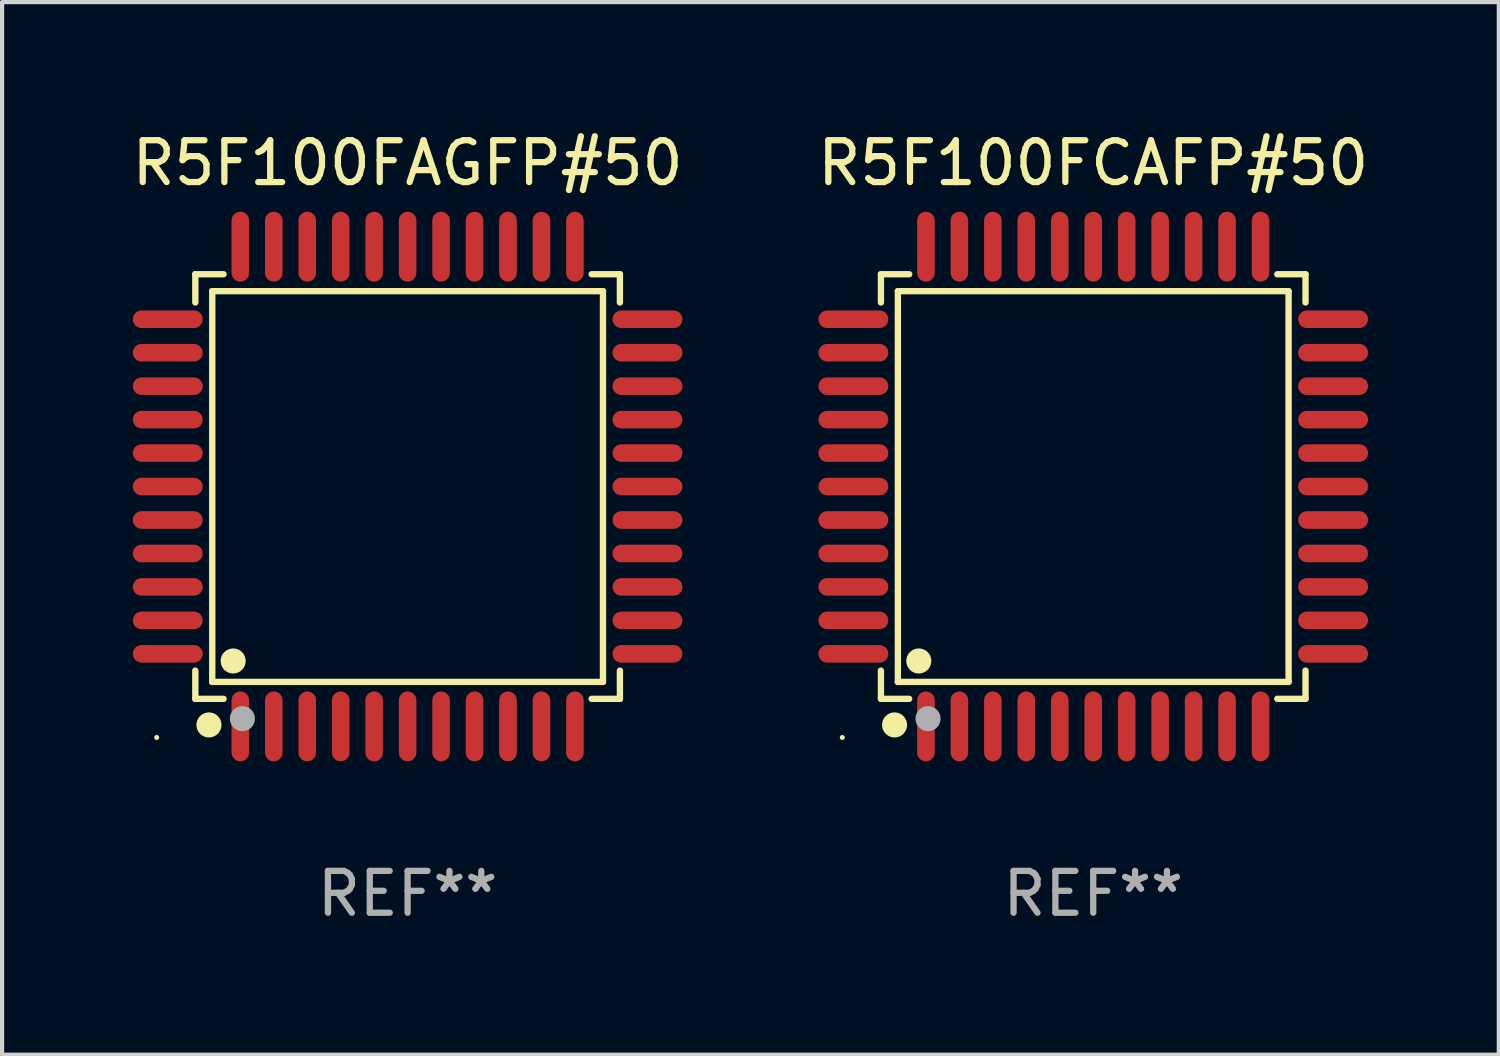
<source format=kicad_pcb>
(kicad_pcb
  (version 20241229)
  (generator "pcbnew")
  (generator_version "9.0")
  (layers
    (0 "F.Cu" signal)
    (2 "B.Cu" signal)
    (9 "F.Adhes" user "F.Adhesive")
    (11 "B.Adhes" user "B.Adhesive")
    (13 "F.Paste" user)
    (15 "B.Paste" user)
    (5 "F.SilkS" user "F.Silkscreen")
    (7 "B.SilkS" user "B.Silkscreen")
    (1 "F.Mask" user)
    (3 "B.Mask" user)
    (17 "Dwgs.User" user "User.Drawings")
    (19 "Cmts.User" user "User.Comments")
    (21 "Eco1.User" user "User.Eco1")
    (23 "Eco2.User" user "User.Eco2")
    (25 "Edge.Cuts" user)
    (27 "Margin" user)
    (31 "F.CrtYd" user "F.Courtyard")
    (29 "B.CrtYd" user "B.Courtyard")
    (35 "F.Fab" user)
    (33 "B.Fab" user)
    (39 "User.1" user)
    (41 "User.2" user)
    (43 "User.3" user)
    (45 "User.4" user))
  (footprint "R5F100FCAFP#50"
    (layer "F.Cu")
    (at 23.089 8.583)
    (property "Reference" "R5F100FCAFP#50" (at 0 -7.735 0) (layer "F.SilkS") (effects (font (size 1 1) (thickness 0.15))))
    (attr through_hole)
    (fp_line (start -5.076 -5.076) (end -4.401 -5.076) (stroke (width 0.152) (type solid)) (layer "F.SilkS"))
    (fp_line (start -5.076 -4.401) (end -5.076 -5.076) (stroke (width 0.152) (type solid)) (layer "F.SilkS"))
    (fp_line (start -5.076 4.401) (end -5.076 5.076) (stroke (width 0.152) (type solid)) (layer "F.SilkS"))
    (fp_line (start -5.076 5.076) (end -4.401 5.076) (stroke (width 0.152) (type solid)) (layer "F.SilkS"))
    (fp_line (start -4.671 -4.671) (end 4.671 -4.671) (stroke (width 0.152) (type solid)) (layer "F.SilkS"))
    (fp_line (start -4.671 4.671) (end -4.671 -4.671) (stroke (width 0.152) (type solid)) (layer "F.SilkS"))
    (fp_line (start 4.671 -4.671) (end 4.671 4.671) (stroke (width 0.152) (type solid)) (layer "F.SilkS"))
    (fp_line (start 4.671 4.671) (end -4.671 4.671) (stroke (width 0.152) (type solid)) (layer "F.SilkS"))
    (fp_line (start 5.076 -5.076) (end 4.401 -5.076) (stroke (width 0.152) (type solid)) (layer "F.SilkS"))
    (fp_line (start 5.076 -4.401) (end 5.076 -5.076) (stroke (width 0.152) (type solid)) (layer "F.SilkS"))
    (fp_line (start 5.076 4.401) (end 5.076 5.076) (stroke (width 0.152) (type solid)) (layer "F.SilkS"))
    (fp_line (start 5.076 5.076) (end 4.401 5.076) (stroke (width 0.152) (type solid)) (layer "F.SilkS"))
    (fp_circle (center -6 6) (end -5.97 6) (stroke (width 0.06) (type solid)) (fill no) (layer "F.SilkS"))
    (fp_circle (center -4.75 5.7) (end -4.6 5.7) (stroke (width 0.3) (type solid)) (fill no) (layer "F.SilkS"))
    (fp_circle (center -4.171 4.171) (end -4.021 4.171) (stroke (width 0.3) (type solid)) (fill no) (layer "F.SilkS"))
    (fp_circle (center -3.95 5.55) (end -3.8 5.55) (stroke (width 0.3) (type solid)) (fill no) (layer "F.Fab"))
    (fp_text user "REF**" (at 0 9.735 0) (layer "F.Fab") (effects (font (size 1 1) (thickness 0.15))))
    (pad "1" smd oval (at -4 5.735) (size 0.42 1.67) (layers "F.Cu" "F.Mask" "F.Paste"))
    (pad "2" smd oval (at -3.2 5.735) (size 0.42 1.67) (layers "F.Cu" "F.Mask" "F.Paste"))
    (pad "3" smd oval (at -2.4 5.735) (size 0.42 1.67) (layers "F.Cu" "F.Mask" "F.Paste"))
    (pad "4" smd oval (at -1.6 5.735) (size 0.42 1.67) (layers "F.Cu" "F.Mask" "F.Paste"))
    (pad "5" smd oval (at -0.8 5.735) (size 0.42 1.67) (layers "F.Cu" "F.Mask" "F.Paste"))
    (pad "6" smd oval (at 0 5.735) (size 0.42 1.67) (layers "F.Cu" "F.Mask" "F.Paste"))
    (pad "7" smd oval (at 0.8 5.735) (size 0.42 1.67) (layers "F.Cu" "F.Mask" "F.Paste"))
    (pad "8" smd oval (at 1.6 5.735) (size 0.42 1.67) (layers "F.Cu" "F.Mask" "F.Paste"))
    (pad "9" smd oval (at 2.4 5.735) (size 0.42 1.67) (layers "F.Cu" "F.Mask" "F.Paste"))
    (pad "10" smd oval (at 3.2 5.735) (size 0.42 1.67) (layers "F.Cu" "F.Mask" "F.Paste"))
    (pad "11" smd oval (at 4 5.735) (size 0.42 1.67) (layers "F.Cu" "F.Mask" "F.Paste"))
    (pad "12" smd oval (at 5.735 4) (size 1.67 0.42) (layers "F.Cu" "F.Mask" "F.Paste"))
    (pad "13" smd oval (at 5.735 3.2) (size 1.67 0.42) (layers "F.Cu" "F.Mask" "F.Paste"))
    (pad "14" smd oval (at 5.735 2.4) (size 1.67 0.42) (layers "F.Cu" "F.Mask" "F.Paste"))
    (pad "15" smd oval (at 5.735 1.6) (size 1.67 0.42) (layers "F.Cu" "F.Mask" "F.Paste"))
    (pad "16" smd oval (at 5.735 0.8) (size 1.67 0.42) (layers "F.Cu" "F.Mask" "F.Paste"))
    (pad "17" smd oval (at 5.735 0) (size 1.67 0.42) (layers "F.Cu" "F.Mask" "F.Paste"))
    (pad "18" smd oval (at 5.735 -0.8) (size 1.67 0.42) (layers "F.Cu" "F.Mask" "F.Paste"))
    (pad "19" smd oval (at 5.735 -1.6) (size 1.67 0.42) (layers "F.Cu" "F.Mask" "F.Paste"))
    (pad "20" smd oval (at 5.735 -2.4) (size 1.67 0.42) (layers "F.Cu" "F.Mask" "F.Paste"))
    (pad "21" smd oval (at 5.735 -3.2) (size 1.67 0.42) (layers "F.Cu" "F.Mask" "F.Paste"))
    (pad "22" smd oval (at 5.735 -4) (size 1.67 0.42) (layers "F.Cu" "F.Mask" "F.Paste"))
    (pad "23" smd oval (at 4 -5.735) (size 0.42 1.67) (layers "F.Cu" "F.Mask" "F.Paste"))
    (pad "24" smd oval (at 3.2 -5.735) (size 0.42 1.67) (layers "F.Cu" "F.Mask" "F.Paste"))
    (pad "25" smd oval (at 2.4 -5.735) (size 0.42 1.67) (layers "F.Cu" "F.Mask" "F.Paste"))
    (pad "26" smd oval (at 1.6 -5.735) (size 0.42 1.67) (layers "F.Cu" "F.Mask" "F.Paste"))
    (pad "27" smd oval (at 0.8 -5.735) (size 0.42 1.67) (layers "F.Cu" "F.Mask" "F.Paste"))
    (pad "28" smd oval (at 0 -5.735) (size 0.42 1.67) (layers "F.Cu" "F.Mask" "F.Paste"))
    (pad "29" smd oval (at -0.8 -5.735) (size 0.42 1.67) (layers "F.Cu" "F.Mask" "F.Paste"))
    (pad "30" smd oval (at -1.6 -5.735) (size 0.42 1.67) (layers "F.Cu" "F.Mask" "F.Paste"))
    (pad "31" smd oval (at -2.4 -5.735) (size 0.42 1.67) (layers "F.Cu" "F.Mask" "F.Paste"))
    (pad "32" smd oval (at -3.2 -5.735) (size 0.42 1.67) (layers "F.Cu" "F.Mask" "F.Paste"))
    (pad "33" smd oval (at -4 -5.735) (size 0.42 1.67) (layers "F.Cu" "F.Mask" "F.Paste"))
    (pad "34" smd oval (at -5.735 -4) (size 1.67 0.42) (layers "F.Cu" "F.Mask" "F.Paste"))
    (pad "35" smd oval (at -5.735 -3.2) (size 1.67 0.42) (layers "F.Cu" "F.Mask" "F.Paste"))
    (pad "36" smd oval (at -5.735 -2.4) (size 1.67 0.42) (layers "F.Cu" "F.Mask" "F.Paste"))
    (pad "37" smd oval (at -5.735 -1.6) (size 1.67 0.42) (layers "F.Cu" "F.Mask" "F.Paste"))
    (pad "38" smd oval (at -5.735 -0.8) (size 1.67 0.42) (layers "F.Cu" "F.Mask" "F.Paste"))
    (pad "39" smd oval (at -5.735 0) (size 1.67 0.42) (layers "F.Cu" "F.Mask" "F.Paste"))
    (pad "40" smd oval (at -5.735 0.8) (size 1.67 0.42) (layers "F.Cu" "F.Mask" "F.Paste"))
    (pad "41" smd oval (at -5.735 1.6) (size 1.67 0.42) (layers "F.Cu" "F.Mask" "F.Paste"))
    (pad "42" smd oval (at -5.735 2.4) (size 1.67 0.42) (layers "F.Cu" "F.Mask" "F.Paste"))
    (pad "43" smd oval (at -5.735 3.2) (size 1.67 0.42) (layers "F.Cu" "F.Mask" "F.Paste"))
    (pad "44" smd oval (at -5.735 4) (size 1.67 0.42) (layers "F.Cu" "F.Mask" "F.Paste")))
  (footprint "R5F100FAGFP#50"
    (layer "F.Cu")
    (at 6.696 8.583)
    (property "Reference" "R5F100FAGFP#50" (at 0 -7.735 0) (layer "F.SilkS") (effects (font (size 1 1) (thickness 0.15))))
    (attr through_hole)
    (fp_line (start -5.076 -5.076) (end -4.401 -5.076) (stroke (width 0.152) (type solid)) (layer "F.SilkS"))
    (fp_line (start -5.076 -4.401) (end -5.076 -5.076) (stroke (width 0.152) (type solid)) (layer "F.SilkS"))
    (fp_line (start -5.076 4.401) (end -5.076 5.076) (stroke (width 0.152) (type solid)) (layer "F.SilkS"))
    (fp_line (start -5.076 5.076) (end -4.401 5.076) (stroke (width 0.152) (type solid)) (layer "F.SilkS"))
    (fp_line (start -4.671 -4.671) (end 4.671 -4.671) (stroke (width 0.152) (type solid)) (layer "F.SilkS"))
    (fp_line (start -4.671 4.671) (end -4.671 -4.671) (stroke (width 0.152) (type solid)) (layer "F.SilkS"))
    (fp_line (start 4.671 -4.671) (end 4.671 4.671) (stroke (width 0.152) (type solid)) (layer "F.SilkS"))
    (fp_line (start 4.671 4.671) (end -4.671 4.671) (stroke (width 0.152) (type solid)) (layer "F.SilkS"))
    (fp_line (start 5.076 -5.076) (end 4.401 -5.076) (stroke (width 0.152) (type solid)) (layer "F.SilkS"))
    (fp_line (start 5.076 -4.401) (end 5.076 -5.076) (stroke (width 0.152) (type solid)) (layer "F.SilkS"))
    (fp_line (start 5.076 4.401) (end 5.076 5.076) (stroke (width 0.152) (type solid)) (layer "F.SilkS"))
    (fp_line (start 5.076 5.076) (end 4.401 5.076) (stroke (width 0.152) (type solid)) (layer "F.SilkS"))
    (fp_circle (center -6 6) (end -5.97 6) (stroke (width 0.06) (type solid)) (fill no) (layer "F.SilkS"))
    (fp_circle (center -4.75 5.7) (end -4.6 5.7) (stroke (width 0.3) (type solid)) (fill no) (layer "F.SilkS"))
    (fp_circle (center -4.171 4.171) (end -4.021 4.171) (stroke (width 0.3) (type solid)) (fill no) (layer "F.SilkS"))
    (fp_circle (center -3.95 5.55) (end -3.8 5.55) (stroke (width 0.3) (type solid)) (fill no) (layer "F.Fab"))
    (fp_text user "REF**" (at 0 9.735 0) (layer "F.Fab") (effects (font (size 1 1) (thickness 0.15))))
    (pad "1" smd oval (at -4 5.735) (size 0.42 1.67) (layers "F.Cu" "F.Mask" "F.Paste"))
    (pad "2" smd oval (at -3.2 5.735) (size 0.42 1.67) (layers "F.Cu" "F.Mask" "F.Paste"))
    (pad "3" smd oval (at -2.4 5.735) (size 0.42 1.67) (layers "F.Cu" "F.Mask" "F.Paste"))
    (pad "4" smd oval (at -1.6 5.735) (size 0.42 1.67) (layers "F.Cu" "F.Mask" "F.Paste"))
    (pad "5" smd oval (at -0.8 5.735) (size 0.42 1.67) (layers "F.Cu" "F.Mask" "F.Paste"))
    (pad "6" smd oval (at 0 5.735) (size 0.42 1.67) (layers "F.Cu" "F.Mask" "F.Paste"))
    (pad "7" smd oval (at 0.8 5.735) (size 0.42 1.67) (layers "F.Cu" "F.Mask" "F.Paste"))
    (pad "8" smd oval (at 1.6 5.735) (size 0.42 1.67) (layers "F.Cu" "F.Mask" "F.Paste"))
    (pad "9" smd oval (at 2.4 5.735) (size 0.42 1.67) (layers "F.Cu" "F.Mask" "F.Paste"))
    (pad "10" smd oval (at 3.2 5.735) (size 0.42 1.67) (layers "F.Cu" "F.Mask" "F.Paste"))
    (pad "11" smd oval (at 4 5.735) (size 0.42 1.67) (layers "F.Cu" "F.Mask" "F.Paste"))
    (pad "12" smd oval (at 5.735 4) (size 1.67 0.42) (layers "F.Cu" "F.Mask" "F.Paste"))
    (pad "13" smd oval (at 5.735 3.2) (size 1.67 0.42) (layers "F.Cu" "F.Mask" "F.Paste"))
    (pad "14" smd oval (at 5.735 2.4) (size 1.67 0.42) (layers "F.Cu" "F.Mask" "F.Paste"))
    (pad "15" smd oval (at 5.735 1.6) (size 1.67 0.42) (layers "F.Cu" "F.Mask" "F.Paste"))
    (pad "16" smd oval (at 5.735 0.8) (size 1.67 0.42) (layers "F.Cu" "F.Mask" "F.Paste"))
    (pad "17" smd oval (at 5.735 0) (size 1.67 0.42) (layers "F.Cu" "F.Mask" "F.Paste"))
    (pad "18" smd oval (at 5.735 -0.8) (size 1.67 0.42) (layers "F.Cu" "F.Mask" "F.Paste"))
    (pad "19" smd oval (at 5.735 -1.6) (size 1.67 0.42) (layers "F.Cu" "F.Mask" "F.Paste"))
    (pad "20" smd oval (at 5.735 -2.4) (size 1.67 0.42) (layers "F.Cu" "F.Mask" "F.Paste"))
    (pad "21" smd oval (at 5.735 -3.2) (size 1.67 0.42) (layers "F.Cu" "F.Mask" "F.Paste"))
    (pad "22" smd oval (at 5.735 -4) (size 1.67 0.42) (layers "F.Cu" "F.Mask" "F.Paste"))
    (pad "23" smd oval (at 4 -5.735) (size 0.42 1.67) (layers "F.Cu" "F.Mask" "F.Paste"))
    (pad "24" smd oval (at 3.2 -5.735) (size 0.42 1.67) (layers "F.Cu" "F.Mask" "F.Paste"))
    (pad "25" smd oval (at 2.4 -5.735) (size 0.42 1.67) (layers "F.Cu" "F.Mask" "F.Paste"))
    (pad "26" smd oval (at 1.6 -5.735) (size 0.42 1.67) (layers "F.Cu" "F.Mask" "F.Paste"))
    (pad "27" smd oval (at 0.8 -5.735) (size 0.42 1.67) (layers "F.Cu" "F.Mask" "F.Paste"))
    (pad "28" smd oval (at 0 -5.735) (size 0.42 1.67) (layers "F.Cu" "F.Mask" "F.Paste"))
    (pad "29" smd oval (at -0.8 -5.735) (size 0.42 1.67) (layers "F.Cu" "F.Mask" "F.Paste"))
    (pad "30" smd oval (at -1.6 -5.735) (size 0.42 1.67) (layers "F.Cu" "F.Mask" "F.Paste"))
    (pad "31" smd oval (at -2.4 -5.735) (size 0.42 1.67) (layers "F.Cu" "F.Mask" "F.Paste"))
    (pad "32" smd oval (at -3.2 -5.735) (size 0.42 1.67) (layers "F.Cu" "F.Mask" "F.Paste"))
    (pad "33" smd oval (at -4 -5.735) (size 0.42 1.67) (layers "F.Cu" "F.Mask" "F.Paste"))
    (pad "34" smd oval (at -5.735 -4) (size 1.67 0.42) (layers "F.Cu" "F.Mask" "F.Paste"))
    (pad "35" smd oval (at -5.735 -3.2) (size 1.67 0.42) (layers "F.Cu" "F.Mask" "F.Paste"))
    (pad "36" smd oval (at -5.735 -2.4) (size 1.67 0.42) (layers "F.Cu" "F.Mask" "F.Paste"))
    (pad "37" smd oval (at -5.735 -1.6) (size 1.67 0.42) (layers "F.Cu" "F.Mask" "F.Paste"))
    (pad "38" smd oval (at -5.735 -0.8) (size 1.67 0.42) (layers "F.Cu" "F.Mask" "F.Paste"))
    (pad "39" smd oval (at -5.735 0) (size 1.67 0.42) (layers "F.Cu" "F.Mask" "F.Paste"))
    (pad "40" smd oval (at -5.735 0.8) (size 1.67 0.42) (layers "F.Cu" "F.Mask" "F.Paste"))
    (pad "41" smd oval (at -5.735 1.6) (size 1.67 0.42) (layers "F.Cu" "F.Mask" "F.Paste"))
    (pad "42" smd oval (at -5.735 2.4) (size 1.67 0.42) (layers "F.Cu" "F.Mask" "F.Paste"))
    (pad "43" smd oval (at -5.735 3.2) (size 1.67 0.42) (layers "F.Cu" "F.Mask" "F.Paste"))
    (pad "44" smd oval (at -5.735 4) (size 1.67 0.42) (layers "F.Cu" "F.Mask" "F.Paste")))
  (gr_rect
    (start -3 -3)
    (end 32.786 22.167)
    (stroke (width 0.1) (type default))
    (fill no)
    (layer "Edge.Cuts")))
</source>
